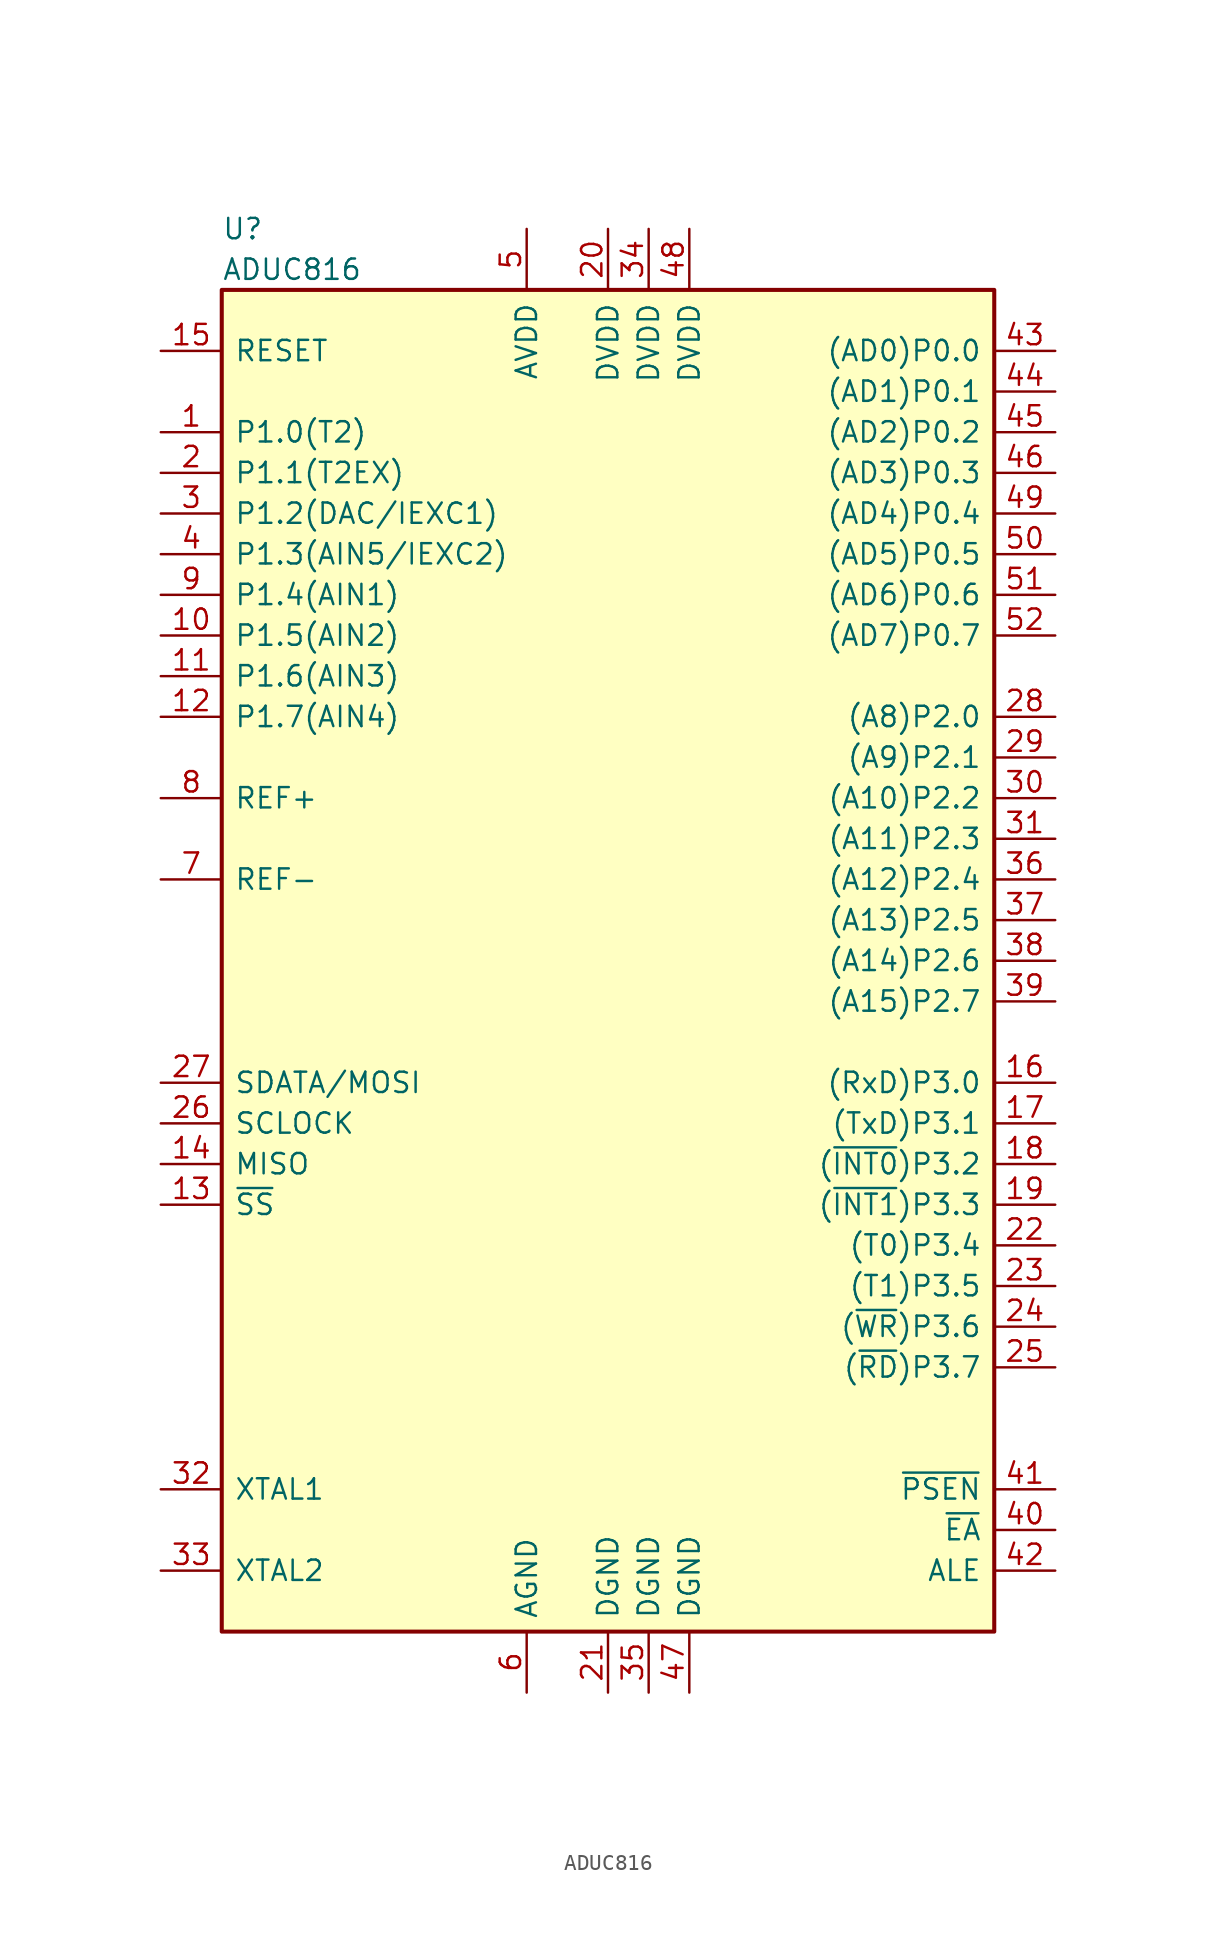
<source format=kicad_sym>
(kicad_symbol_lib
  (version 20201005)
  (generator kicad_symbol_editor)
  (symbol "ADUC816"
    (pin_names
      (offset 0.762))
    (property "Reference" "U"
      (at -24.13 45.72 0)
      (effects (font (size 1.27 1.27)) (justify left)))
    (property "Value" "ADUC816"
      (at -24.13 43.18 0)
      (effects (font (size 1.27 1.27)) (justify left)))
    (symbol "ADUC816_0_1"
      (rectangle (start 24.13 -41.91) (end -24.13 41.91) (stroke (width 0.254)) (fill (type background))))
    (symbol "ADUC816_1_1"
      (pin bidirectional line (at -27.94 33.02 0) (length 3.81) (name "P1.0(T2)" (effects (font (size 1.27 1.27)))) (number "1" (effects (font (size 1.27 1.27)))))
      (pin input line (at -27.94 20.32 0) (length 3.81) (name "P1.5(AIN2)" (effects (font (size 1.27 1.27)))) (number "10" (effects (font (size 1.27 1.27)))))
      (pin input line (at -27.94 17.78 0) (length 3.81) (name "P1.6(AIN3)" (effects (font (size 1.27 1.27)))) (number "11" (effects (font (size 1.27 1.27)))))
      (pin bidirectional line (at -27.94 15.24 0) (length 3.81) (name "P1.7(AIN4)" (effects (font (size 1.27 1.27)))) (number "12" (effects (font (size 1.27 1.27)))))
      (pin input line (at -27.94 -15.24 0) (length 3.81) (name "~SS~" (effects (font (size 1.27 1.27)))) (number "13" (effects (font (size 1.27 1.27)))))
      (pin input line (at -27.94 -12.7 0) (length 3.81) (name "MISO" (effects (font (size 1.27 1.27)))) (number "14" (effects (font (size 1.27 1.27)))))
      (pin input line (at -27.94 38.1 0) (length 3.81) (name "RESET" (effects (font (size 1.27 1.27)))) (number "15" (effects (font (size 1.27 1.27)))))
      (pin bidirectional line (at 27.94 -7.62 180) (length 3.81) (name "(RxD)P3.0" (effects (font (size 1.27 1.27)))) (number "16" (effects (font (size 1.27 1.27)))))
      (pin bidirectional line (at 27.94 -10.16 180) (length 3.81) (name "(TxD)P3.1" (effects (font (size 1.27 1.27)))) (number "17" (effects (font (size 1.27 1.27)))))
      (pin bidirectional line (at 27.94 -12.7 180) (length 3.81) (name "(~INT0~)P3.2" (effects (font (size 1.27 1.27)))) (number "18" (effects (font (size 1.27 1.27)))))
      (pin bidirectional line (at 27.94 -15.24 180) (length 3.81) (name "(~INT1~)P3.3" (effects (font (size 1.27 1.27)))) (number "19" (effects (font (size 1.27 1.27)))))
      (pin bidirectional line (at -27.94 30.48 0) (length 3.81) (name "P1.1(T2EX)" (effects (font (size 1.27 1.27)))) (number "2" (effects (font (size 1.27 1.27)))))
      (pin power_in line (at 0 45.72 270) (length 3.81) (name "DVDD" (effects (font (size 1.27 1.27)))) (number "20" (effects (font (size 1.27 1.27)))))
      (pin power_in line (at 0 -45.72 90) (length 3.81) (name "DGND" (effects (font (size 1.27 1.27)))) (number "21" (effects (font (size 1.27 1.27)))))
      (pin bidirectional line (at 27.94 -17.78 180) (length 3.81) (name "(T0)P3.4" (effects (font (size 1.27 1.27)))) (number "22" (effects (font (size 1.27 1.27)))))
      (pin bidirectional line (at 27.94 -20.32 180) (length 3.81) (name "(T1)P3.5" (effects (font (size 1.27 1.27)))) (number "23" (effects (font (size 1.27 1.27)))))
      (pin bidirectional line (at 27.94 -22.86 180) (length 3.81) (name "(~WR~)P3.6" (effects (font (size 1.27 1.27)))) (number "24" (effects (font (size 1.27 1.27)))))
      (pin bidirectional line (at 27.94 -25.4 180) (length 3.81) (name "(~RD~)P3.7" (effects (font (size 1.27 1.27)))) (number "25" (effects (font (size 1.27 1.27)))))
      (pin bidirectional line (at -27.94 -10.16 0) (length 3.81) (name "SCLOCK" (effects (font (size 1.27 1.27)))) (number "26" (effects (font (size 1.27 1.27)))))
      (pin bidirectional line (at -27.94 -7.62 0) (length 3.81) (name "SDATA/MOSI" (effects (font (size 1.27 1.27)))) (number "27" (effects (font (size 1.27 1.27)))))
      (pin bidirectional line (at 27.94 15.24 180) (length 3.81) (name "(A8)P2.0" (effects (font (size 1.27 1.27)))) (number "28" (effects (font (size 1.27 1.27)))))
      (pin bidirectional line (at 27.94 12.7 180) (length 3.81) (name "(A9)P2.1" (effects (font (size 1.27 1.27)))) (number "29" (effects (font (size 1.27 1.27)))))
      (pin bidirectional line (at -27.94 27.94 0) (length 3.81) (name "P1.2(DAC/IEXC1)" (effects (font (size 1.27 1.27)))) (number "3" (effects (font (size 1.27 1.27)))))
      (pin bidirectional line (at 27.94 10.16 180) (length 3.81) (name "(A10)P2.2" (effects (font (size 1.27 1.27)))) (number "30" (effects (font (size 1.27 1.27)))))
      (pin bidirectional line (at 27.94 7.62 180) (length 3.81) (name "(A11)P2.3" (effects (font (size 1.27 1.27)))) (number "31" (effects (font (size 1.27 1.27)))))
      (pin input line (at -27.94 -33.02 0) (length 3.81) (name "XTAL1" (effects (font (size 1.27 1.27)))) (number "32" (effects (font (size 1.27 1.27)))))
      (pin output line (at -27.94 -38.1 0) (length 3.81) (name "XTAL2" (effects (font (size 1.27 1.27)))) (number "33" (effects (font (size 1.27 1.27)))))
      (pin power_in line (at 2.54 45.72 270) (length 3.81) (name "DVDD" (effects (font (size 1.27 1.27)))) (number "34" (effects (font (size 1.27 1.27)))))
      (pin power_in line (at 2.54 -45.72 90) (length 3.81) (name "DGND" (effects (font (size 1.27 1.27)))) (number "35" (effects (font (size 1.27 1.27)))))
      (pin bidirectional line (at 27.94 5.08 180) (length 3.81) (name "(A12)P2.4" (effects (font (size 1.27 1.27)))) (number "36" (effects (font (size 1.27 1.27)))))
      (pin bidirectional line (at 27.94 2.54 180) (length 3.81) (name "(A13)P2.5" (effects (font (size 1.27 1.27)))) (number "37" (effects (font (size 1.27 1.27)))))
      (pin bidirectional line (at 27.94 0 180) (length 3.81) (name "(A14)P2.6" (effects (font (size 1.27 1.27)))) (number "38" (effects (font (size 1.27 1.27)))))
      (pin bidirectional line (at 27.94 -2.54 180) (length 3.81) (name "(A15)P2.7" (effects (font (size 1.27 1.27)))) (number "39" (effects (font (size 1.27 1.27)))))
      (pin bidirectional line (at -27.94 25.4 0) (length 3.81) (name "P1.3(AIN5/IEXC2)" (effects (font (size 1.27 1.27)))) (number "4" (effects (font (size 1.27 1.27)))))
      (pin bidirectional line (at 27.94 -35.56 180) (length 3.81) (name "~EA~" (effects (font (size 1.27 1.27)))) (number "40" (effects (font (size 1.27 1.27)))))
      (pin output line (at 27.94 -33.02 180) (length 3.81) (name "~PSEN~" (effects (font (size 1.27 1.27)))) (number "41" (effects (font (size 1.27 1.27)))))
      (pin output line (at 27.94 -38.1 180) (length 3.81) (name "ALE" (effects (font (size 1.27 1.27)))) (number "42" (effects (font (size 1.27 1.27)))))
      (pin tri_state line (at 27.94 38.1 180) (length 3.81) (name "(AD0)P0.0" (effects (font (size 1.27 1.27)))) (number "43" (effects (font (size 1.27 1.27)))))
      (pin tri_state line (at 27.94 35.56 180) (length 3.81) (name "(AD1)P0.1" (effects (font (size 1.27 1.27)))) (number "44" (effects (font (size 1.27 1.27)))))
      (pin tri_state line (at 27.94 33.02 180) (length 3.81) (name "(AD2)P0.2" (effects (font (size 1.27 1.27)))) (number "45" (effects (font (size 1.27 1.27)))))
      (pin tri_state line (at 27.94 30.48 180) (length 3.81) (name "(AD3)P0.3" (effects (font (size 1.27 1.27)))) (number "46" (effects (font (size 1.27 1.27)))))
      (pin power_in line (at 5.08 -45.72 90) (length 3.81) (name "DGND" (effects (font (size 1.27 1.27)))) (number "47" (effects (font (size 1.27 1.27)))))
      (pin power_in line (at 5.08 45.72 270) (length 3.81) (name "DVDD" (effects (font (size 1.27 1.27)))) (number "48" (effects (font (size 1.27 1.27)))))
      (pin tri_state line (at 27.94 27.94 180) (length 3.81) (name "(AD4)P0.4" (effects (font (size 1.27 1.27)))) (number "49" (effects (font (size 1.27 1.27)))))
      (pin power_in line (at -5.08 45.72 270) (length 3.81) (name "AVDD" (effects (font (size 1.27 1.27)))) (number "5" (effects (font (size 1.27 1.27)))))
      (pin tri_state line (at 27.94 25.4 180) (length 3.81) (name "(AD5)P0.5" (effects (font (size 1.27 1.27)))) (number "50" (effects (font (size 1.27 1.27)))))
      (pin tri_state line (at 27.94 22.86 180) (length 3.81) (name "(AD6)P0.6" (effects (font (size 1.27 1.27)))) (number "51" (effects (font (size 1.27 1.27)))))
      (pin tri_state line (at 27.94 20.32 180) (length 3.81) (name "(AD7)P0.7" (effects (font (size 1.27 1.27)))) (number "52" (effects (font (size 1.27 1.27)))))
      (pin power_in line (at -5.08 -45.72 90) (length 3.81) (name "AGND" (effects (font (size 1.27 1.27)))) (number "6" (effects (font (size 1.27 1.27)))))
      (pin passive line (at -27.94 5.08 0) (length 3.81) (name "REF-" (effects (font (size 1.27 1.27)))) (number "7" (effects (font (size 1.27 1.27)))))
      (pin passive line (at -27.94 10.16 0) (length 3.81) (name "REF+" (effects (font (size 1.27 1.27)))) (number "8" (effects (font (size 1.27 1.27)))))
      (pin input line (at -27.94 22.86 0) (length 3.81) (name "P1.4(AIN1)" (effects (font (size 1.27 1.27)))) (number "9" (effects (font (size 1.27 1.27))))))))
</source>
